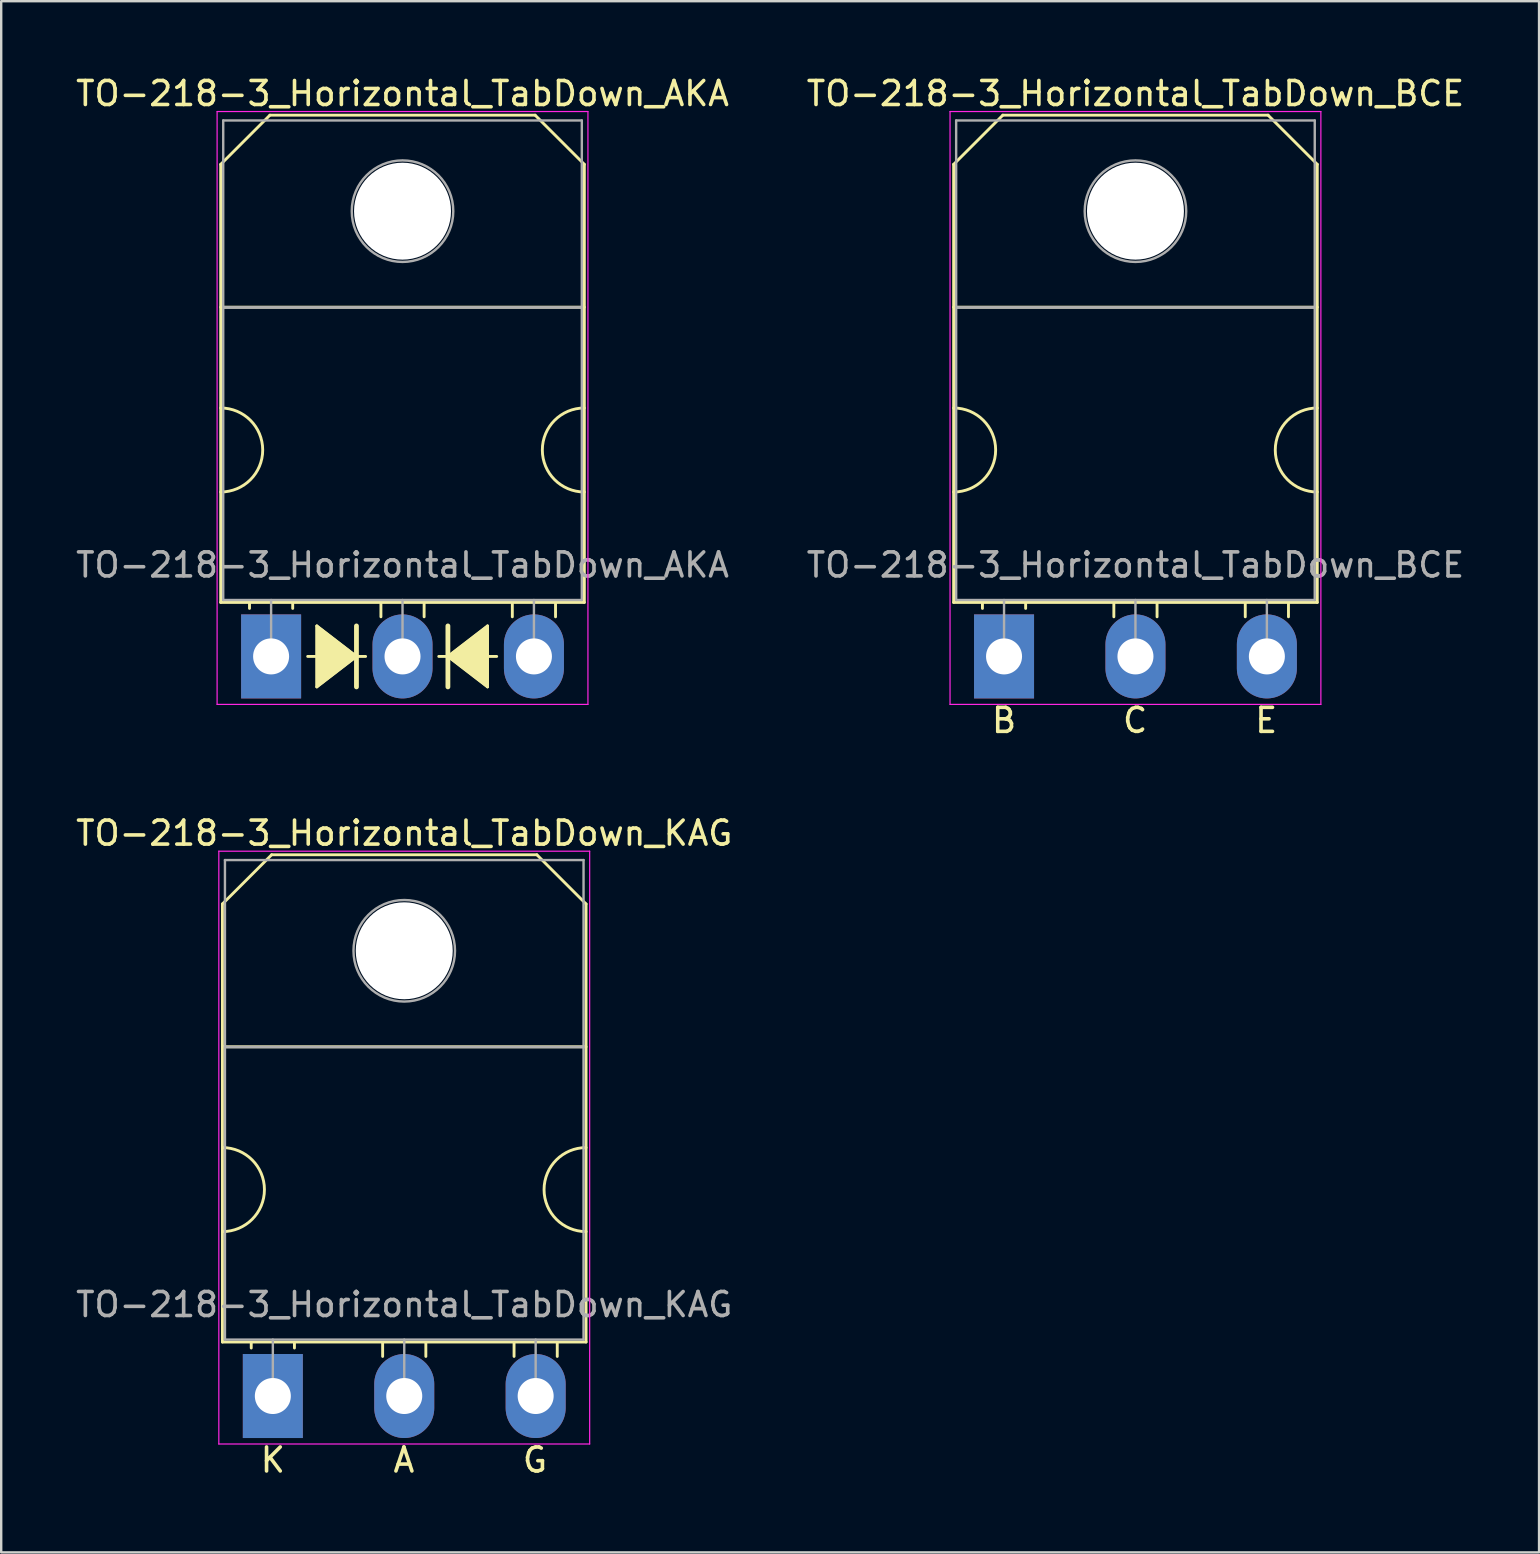
<source format=kicad_pcb>
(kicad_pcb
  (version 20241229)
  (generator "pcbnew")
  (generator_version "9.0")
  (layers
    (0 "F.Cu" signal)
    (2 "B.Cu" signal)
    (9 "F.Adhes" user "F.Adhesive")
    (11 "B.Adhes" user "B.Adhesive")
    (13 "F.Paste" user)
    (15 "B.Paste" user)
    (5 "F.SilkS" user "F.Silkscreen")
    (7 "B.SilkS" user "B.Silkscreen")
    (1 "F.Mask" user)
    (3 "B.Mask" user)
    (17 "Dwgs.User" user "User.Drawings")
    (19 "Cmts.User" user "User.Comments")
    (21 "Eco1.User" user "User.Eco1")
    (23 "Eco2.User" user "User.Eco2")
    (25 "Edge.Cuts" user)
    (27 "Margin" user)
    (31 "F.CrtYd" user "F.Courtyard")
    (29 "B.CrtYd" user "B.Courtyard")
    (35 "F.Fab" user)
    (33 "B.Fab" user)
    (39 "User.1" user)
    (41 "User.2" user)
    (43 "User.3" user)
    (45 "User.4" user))
  (footprint "TO-218-3_Horizontal_TabDown_BCE"
    (layer "F.Cu")
    (at 38.781 24.298)
    (property "Reference" "TO-218-3_Horizontal_TabDown_BCE" (at 5.475 -23.45 0) (layer "F.SilkS") (effects (font (size 1 1) (thickness 0.15))))
    (fp_line (start -2.1 -20.5) (end -0.05 -22.55) (stroke (width 0.12) (type solid)) (layer "F.SilkS"))
    (fp_line (start -2.1 -14.55) (end 13.05 -14.55) (stroke (width 0.12) (type solid)) (layer "F.SilkS"))
    (fp_line (start -2.1 -2.25) (end -2.1 -20.5) (stroke (width 0.12) (type solid)) (layer "F.SilkS"))
    (fp_line (start -0.9 -2.2) (end -0.9 -2) (stroke (width 0.12) (type solid)) (layer "F.SilkS"))
    (fp_line (start -0.05 -22.55) (end 11 -22.55) (stroke (width 0.12) (type solid)) (layer "F.SilkS"))
    (fp_line (start 0.9 -2.2) (end 0.9 -2) (stroke (width 0.12) (type solid)) (layer "F.SilkS"))
    (fp_line (start 4.575 -2.2) (end 4.575 -1.65) (stroke (width 0.12) (type solid)) (layer "F.SilkS"))
    (fp_line (start 6.375 -2.2) (end 6.375 -1.65) (stroke (width 0.12) (type solid)) (layer "F.SilkS"))
    (fp_line (start 10.05 -2.2) (end 10.05 -1.65) (stroke (width 0.12) (type solid)) (layer "F.SilkS"))
    (fp_line (start 11.85 -2.2) (end 11.85 -1.65) (stroke (width 0.12) (type solid)) (layer "F.SilkS"))
    (fp_line (start 13.05 -20.5) (end 11 -22.55) (stroke (width 0.12) (type solid)) (layer "F.SilkS"))
    (fp_line (start 13.05 -20.5) (end 13.05 -2.25) (stroke (width 0.12) (type solid)) (layer "F.SilkS"))
    (fp_line (start 13.05 -2.25) (end -2.1 -2.25) (stroke (width 0.12) (type solid)) (layer "F.SilkS"))
    (fp_arc (start -2.1 -10.35) (mid -0.35 -8.6) (end -2.1 -6.85) (stroke (width 0.12) (type solid)) (layer "F.SilkS"))
    (fp_arc (start 13.05 -6.85) (mid 11.3 -8.6) (end 13.05 -10.35) (stroke (width 0.12) (type solid)) (layer "F.SilkS"))
    (fp_line (start -2.25 -22.7) (end -2.25 2) (stroke (width 0.05) (type solid)) (layer "F.CrtYd"))
    (fp_line (start -2.25 2) (end 13.2 2) (stroke (width 0.05) (type solid)) (layer "F.CrtYd"))
    (fp_line (start 13.2 -22.7) (end -2.25 -22.7) (stroke (width 0.05) (type solid)) (layer "F.CrtYd"))
    (fp_line (start 13.2 2) (end 13.2 -22.7) (stroke (width 0.05) (type solid)) (layer "F.CrtYd"))
    (fp_line (start -1.995 -22.33) (end 12.945 -22.33) (stroke (width 0.1) (type solid)) (layer "F.Fab"))
    (fp_line (start -1.995 -14.54) (end -1.995 -22.33) (stroke (width 0.1) (type solid)) (layer "F.Fab"))
    (fp_line (start -1.995 -14.54) (end 12.945 -14.54) (stroke (width 0.1) (type solid)) (layer "F.Fab"))
    (fp_line (start -1.995 -2.35) (end -1.995 -14.54) (stroke (width 0.1) (type solid)) (layer "F.Fab"))
    (fp_line (start 0 -2.35) (end 0 0) (stroke (width 0.1) (type solid)) (layer "F.Fab"))
    (fp_line (start 5.475 -2.35) (end 5.475 0) (stroke (width 0.1) (type solid)) (layer "F.Fab"))
    (fp_line (start 10.95 -2.35) (end 10.95 0) (stroke (width 0.1) (type solid)) (layer "F.Fab"))
    (fp_line (start 12.945 -22.33) (end 12.945 -14.54) (stroke (width 0.1) (type solid)) (layer "F.Fab"))
    (fp_line (start 12.945 -14.54) (end -1.995 -14.54) (stroke (width 0.1) (type solid)) (layer "F.Fab"))
    (fp_line (start 12.945 -14.54) (end 12.945 -2.35) (stroke (width 0.1) (type solid)) (layer "F.Fab"))
    (fp_line (start 12.945 -2.35) (end -1.995 -2.35) (stroke (width 0.1) (type solid)) (layer "F.Fab"))
    (fp_circle (center 5.475 -18.55) (end 7.59 -18.55) (stroke (width 0.1) (type solid)) (fill no) (layer "F.Fab"))
    (fp_text user "C" (at 5.461 2.667 0) (unlocked yes) (layer "F.SilkS") (effects (font (size 1 1) (thickness 0.15))))
    (fp_text user "E" (at 10.922 2.667 0) (unlocked yes) (layer "F.SilkS") (effects (font (size 1 1) (thickness 0.15))))
    (fp_text user "B" (at 0 2.667 0) (unlocked yes) (layer "F.SilkS") (effects (font (size 1 1) (thickness 0.15))))
    (fp_text user "${REFERENCE}" (at 5.475 -3.81 0) (layer "F.Fab") (effects (font (size 1 1) (thickness 0.15))))
    (pad "" np_thru_hole oval (at 5.475 -18.55) (size 4.04 4.04) (drill 4.04) (layers "*.Cu" "*.Mask"))
    (pad "1" thru_hole rect (at 0 0) (size 2.5 3.5) (drill 1.5) (layers "*.Cu" "*.Mask"))
    (pad "2" thru_hole oval (at 5.475 0) (size 2.5 3.5) (drill 1.5) (layers "*.Cu" "*.Mask"))
    (pad "3" thru_hole oval (at 10.95 0) (size 2.5 3.5) (drill 1.5) (layers "*.Cu" "*.Mask")))
  (footprint "TO-218-3_Horizontal_TabDown_KAG"
    (layer "F.Cu")
    (at 8.317 55.112)
    (property "Reference" "TO-218-3_Horizontal_TabDown_KAG" (at 5.475 -23.45 0) (layer "F.SilkS") (effects (font (size 1 1) (thickness 0.15))))
    (fp_line (start -2.1 -20.5) (end -0.05 -22.55) (stroke (width 0.12) (type solid)) (layer "F.SilkS"))
    (fp_line (start -2.1 -14.55) (end 13.05 -14.55) (stroke (width 0.12) (type solid)) (layer "F.SilkS"))
    (fp_line (start -2.1 -2.25) (end -2.1 -20.5) (stroke (width 0.12) (type solid)) (layer "F.SilkS"))
    (fp_line (start -0.9 -2.2) (end -0.9 -2) (stroke (width 0.12) (type solid)) (layer "F.SilkS"))
    (fp_line (start -0.05 -22.55) (end 11 -22.55) (stroke (width 0.12) (type solid)) (layer "F.SilkS"))
    (fp_line (start 0.9 -2.2) (end 0.9 -2) (stroke (width 0.12) (type solid)) (layer "F.SilkS"))
    (fp_line (start 4.575 -2.2) (end 4.575 -1.65) (stroke (width 0.12) (type solid)) (layer "F.SilkS"))
    (fp_line (start 6.375 -2.2) (end 6.375 -1.65) (stroke (width 0.12) (type solid)) (layer "F.SilkS"))
    (fp_line (start 10.05 -2.2) (end 10.05 -1.65) (stroke (width 0.12) (type solid)) (layer "F.SilkS"))
    (fp_line (start 11.85 -2.2) (end 11.85 -1.65) (stroke (width 0.12) (type solid)) (layer "F.SilkS"))
    (fp_line (start 13.05 -20.5) (end 11 -22.55) (stroke (width 0.12) (type solid)) (layer "F.SilkS"))
    (fp_line (start 13.05 -20.5) (end 13.05 -2.25) (stroke (width 0.12) (type solid)) (layer "F.SilkS"))
    (fp_line (start 13.05 -2.25) (end -2.1 -2.25) (stroke (width 0.12) (type solid)) (layer "F.SilkS"))
    (fp_arc (start -2.1 -10.35) (mid -0.35 -8.6) (end -2.1 -6.85) (stroke (width 0.12) (type solid)) (layer "F.SilkS"))
    (fp_arc (start 13.05 -6.85) (mid 11.3 -8.6) (end 13.05 -10.35) (stroke (width 0.12) (type solid)) (layer "F.SilkS"))
    (fp_line (start -2.25 -22.7) (end -2.25 2) (stroke (width 0.05) (type solid)) (layer "F.CrtYd"))
    (fp_line (start -2.25 2) (end 13.2 2) (stroke (width 0.05) (type solid)) (layer "F.CrtYd"))
    (fp_line (start 13.2 -22.7) (end -2.25 -22.7) (stroke (width 0.05) (type solid)) (layer "F.CrtYd"))
    (fp_line (start 13.2 2) (end 13.2 -22.7) (stroke (width 0.05) (type solid)) (layer "F.CrtYd"))
    (fp_line (start -1.995 -22.33) (end 12.945 -22.33) (stroke (width 0.1) (type solid)) (layer "F.Fab"))
    (fp_line (start -1.995 -14.54) (end -1.995 -22.33) (stroke (width 0.1) (type solid)) (layer "F.Fab"))
    (fp_line (start -1.995 -14.54) (end 12.945 -14.54) (stroke (width 0.1) (type solid)) (layer "F.Fab"))
    (fp_line (start -1.995 -2.35) (end -1.995 -14.54) (stroke (width 0.1) (type solid)) (layer "F.Fab"))
    (fp_line (start 0 -2.35) (end 0 0) (stroke (width 0.1) (type solid)) (layer "F.Fab"))
    (fp_line (start 5.475 -2.35) (end 5.475 0) (stroke (width 0.1) (type solid)) (layer "F.Fab"))
    (fp_line (start 10.95 -2.35) (end 10.95 0) (stroke (width 0.1) (type solid)) (layer "F.Fab"))
    (fp_line (start 12.945 -22.33) (end 12.945 -14.54) (stroke (width 0.1) (type solid)) (layer "F.Fab"))
    (fp_line (start 12.945 -14.54) (end -1.995 -14.54) (stroke (width 0.1) (type solid)) (layer "F.Fab"))
    (fp_line (start 12.945 -14.54) (end 12.945 -2.35) (stroke (width 0.1) (type solid)) (layer "F.Fab"))
    (fp_line (start 12.945 -2.35) (end -1.995 -2.35) (stroke (width 0.1) (type solid)) (layer "F.Fab"))
    (fp_circle (center 5.475 -18.55) (end 7.59 -18.55) (stroke (width 0.1) (type solid)) (fill no) (layer "F.Fab"))
    (fp_text user "A" (at 5.461 2.667 0) (unlocked yes) (layer "F.SilkS") (effects (font (size 1 1) (thickness 0.15))))
    (fp_text user "G" (at 10.922 2.667 0) (unlocked yes) (layer "F.SilkS") (effects (font (size 1 1) (thickness 0.15))))
    (fp_text user "K" (at 0 2.667 0) (unlocked yes) (layer "F.SilkS") (effects (font (size 1 1) (thickness 0.15))))
    (fp_text user "${REFERENCE}" (at 5.475 -3.81 0) (layer "F.Fab") (effects (font (size 1 1) (thickness 0.15))))
    (pad "" np_thru_hole oval (at 5.475 -18.55) (size 4.04 4.04) (drill 4.04) (layers "*.Cu" "*.Mask"))
    (pad "1" thru_hole rect (at 0 0) (size 2.5 3.5) (drill 1.5) (layers "*.Cu" "*.Mask"))
    (pad "2" thru_hole oval (at 5.475 0) (size 2.5 3.5) (drill 1.5) (layers "*.Cu" "*.Mask"))
    (pad "3" thru_hole oval (at 10.95 0) (size 2.5 3.5) (drill 1.5) (layers "*.Cu" "*.Mask")))
  (footprint "TO-218-3_Horizontal_TabDown_AKA"
    (layer "F.Cu")
    (at 8.245 24.298)
    (property "Reference" "TO-218-3_Horizontal_TabDown_AKA" (at 5.475 -23.45 0) (layer "F.SilkS") (effects (font (size 1 1) (thickness 0.15))))
    (fp_line (start -2.1 -20.5) (end -0.05 -22.55) (stroke (width 0.12) (type solid)) (layer "F.SilkS"))
    (fp_line (start -2.1 -14.55) (end 13.05 -14.55) (stroke (width 0.12) (type solid)) (layer "F.SilkS"))
    (fp_line (start -2.1 -2.25) (end -2.1 -20.5) (stroke (width 0.12) (type solid)) (layer "F.SilkS"))
    (fp_line (start -0.9 -2.2) (end -0.9 -2) (stroke (width 0.12) (type solid)) (layer "F.SilkS"))
    (fp_line (start -0.05 -22.55) (end 11 -22.55) (stroke (width 0.12) (type solid)) (layer "F.SilkS"))
    (fp_line (start 0.9 -2.2) (end 0.9 -2) (stroke (width 0.12) (type solid)) (layer "F.SilkS"))
    (fp_line (start 1.524 0) (end 1.905 0) (stroke (width 0.12) (type solid)) (layer "F.SilkS"))
    (fp_line (start 1.905 -1.27) (end 1.905 1.27) (stroke (width 0.12) (type solid)) (layer "F.SilkS"))
    (fp_line (start 1.905 1.27) (end 3.556 0) (stroke (width 0.12) (type solid)) (layer "F.SilkS"))
    (fp_line (start 3.556 0) (end 1.905 -1.27) (stroke (width 0.12) (type solid)) (layer "F.SilkS"))
    (fp_line (start 3.556 0) (end 3.556 -1.27) (stroke (width 0.2) (type solid)) (layer "F.SilkS"))
    (fp_line (start 3.556 1.27) (end 3.556 0) (stroke (width 0.2) (type solid)) (layer "F.SilkS"))
    (fp_line (start 3.937 0) (end 3.556 0) (stroke (width 0.12) (type solid)) (layer "F.SilkS"))
    (fp_line (start 4.575 -2.2) (end 4.575 -1.65) (stroke (width 0.12) (type solid)) (layer "F.SilkS"))
    (fp_line (start 6.375 -2.2) (end 6.375 -1.65) (stroke (width 0.12) (type solid)) (layer "F.SilkS"))
    (fp_line (start 6.985 0) (end 7.366 0) (stroke (width 0.12) (type solid)) (layer "F.SilkS"))
    (fp_line (start 7.366 -1.27) (end 7.366 0) (stroke (width 0.2) (type solid)) (layer "F.SilkS"))
    (fp_line (start 7.366 0) (end 7.366 1.27) (stroke (width 0.2) (type solid)) (layer "F.SilkS"))
    (fp_line (start 7.366 0) (end 9.017 1.27) (stroke (width 0.12) (type solid)) (layer "F.SilkS"))
    (fp_line (start 9.017 -1.27) (end 7.366 0) (stroke (width 0.12) (type solid)) (layer "F.SilkS"))
    (fp_line (start 9.017 1.27) (end 9.017 -1.27) (stroke (width 0.12) (type solid)) (layer "F.SilkS"))
    (fp_line (start 9.398 0) (end 9.017 0) (stroke (width 0.12) (type solid)) (layer "F.SilkS"))
    (fp_line (start 10.05 -2.2) (end 10.05 -1.65) (stroke (width 0.12) (type solid)) (layer "F.SilkS"))
    (fp_line (start 11.85 -2.2) (end 11.85 -1.65) (stroke (width 0.12) (type solid)) (layer "F.SilkS"))
    (fp_line (start 13.05 -20.5) (end 11 -22.55) (stroke (width 0.12) (type solid)) (layer "F.SilkS"))
    (fp_line (start 13.05 -20.5) (end 13.05 -2.25) (stroke (width 0.12) (type solid)) (layer "F.SilkS"))
    (fp_line (start 13.05 -2.25) (end -2.1 -2.25) (stroke (width 0.12) (type solid)) (layer "F.SilkS"))
    (fp_arc (start -2.1 -10.35) (mid -0.35 -8.6) (end -2.1 -6.85) (stroke (width 0.12) (type solid)) (layer "F.SilkS"))
    (fp_arc (start 13.05 -6.85) (mid 11.3 -8.6) (end 13.05 -10.35) (stroke (width 0.12) (type solid)) (layer "F.SilkS"))
    (fp_poly (pts (xy 3.556 0) (xy 1.905 1.27) (xy 1.905 -1.27)) (stroke (width 0.1) (type solid)) (fill yes) (layer "F.SilkS"))
    (fp_poly (pts (xy 9.017 1.27) (xy 7.366 0) (xy 9.017 -1.27)) (stroke (width 0.1) (type solid)) (fill yes) (layer "F.SilkS"))
    (fp_line (start -2.25 -22.7) (end -2.25 2) (stroke (width 0.05) (type solid)) (layer "F.CrtYd"))
    (fp_line (start -2.25 2) (end 13.2 2) (stroke (width 0.05) (type solid)) (layer "F.CrtYd"))
    (fp_line (start 13.2 -22.7) (end -2.25 -22.7) (stroke (width 0.05) (type solid)) (layer "F.CrtYd"))
    (fp_line (start 13.2 2) (end 13.2 -22.7) (stroke (width 0.05) (type solid)) (layer "F.CrtYd"))
    (fp_line (start -1.995 -22.33) (end 12.945 -22.33) (stroke (width 0.1) (type solid)) (layer "F.Fab"))
    (fp_line (start -1.995 -14.54) (end -1.995 -22.33) (stroke (width 0.1) (type solid)) (layer "F.Fab"))
    (fp_line (start -1.995 -14.54) (end 12.945 -14.54) (stroke (width 0.1) (type solid)) (layer "F.Fab"))
    (fp_line (start -1.995 -2.35) (end -1.995 -14.54) (stroke (width 0.1) (type solid)) (layer "F.Fab"))
    (fp_line (start 0 -2.35) (end 0 0) (stroke (width 0.1) (type solid)) (layer "F.Fab"))
    (fp_line (start 5.475 -2.35) (end 5.475 0) (stroke (width 0.1) (type solid)) (layer "F.Fab"))
    (fp_line (start 10.95 -2.35) (end 10.95 0) (stroke (width 0.1) (type solid)) (layer "F.Fab"))
    (fp_line (start 12.945 -22.33) (end 12.945 -14.54) (stroke (width 0.1) (type solid)) (layer "F.Fab"))
    (fp_line (start 12.945 -14.54) (end -1.995 -14.54) (stroke (width 0.1) (type solid)) (layer "F.Fab"))
    (fp_line (start 12.945 -14.54) (end 12.945 -2.35) (stroke (width 0.1) (type solid)) (layer "F.Fab"))
    (fp_line (start 12.945 -2.35) (end -1.995 -2.35) (stroke (width 0.1) (type solid)) (layer "F.Fab"))
    (fp_circle (center 5.475 -18.55) (end 7.59 -18.55) (stroke (width 0.1) (type solid)) (fill no) (layer "F.Fab"))
    (fp_text user "${REFERENCE}" (at 5.475 -3.81 0) (layer "F.Fab") (effects (font (size 1 1) (thickness 0.15))))
    (pad "" np_thru_hole oval (at 5.475 -18.55) (size 4.04 4.04) (drill 4.04) (layers "*.Cu" "*.Mask"))
    (pad "1" thru_hole rect (at 0 0) (size 2.5 3.5) (drill 1.5) (layers "*.Cu" "*.Mask"))
    (pad "2" thru_hole oval (at 5.475 0) (size 2.5 3.5) (drill 1.5) (layers "*.Cu" "*.Mask"))
    (pad "3" thru_hole oval (at 10.95 0) (size 2.5 3.5) (drill 1.5) (layers "*.Cu" "*.Mask")))
  (gr_rect
    (start -3 -3)
    (end 61.071 61.627)
    (stroke (width 0.1) (type default))
    (fill no)
    (layer "Edge.Cuts")))
</source>
